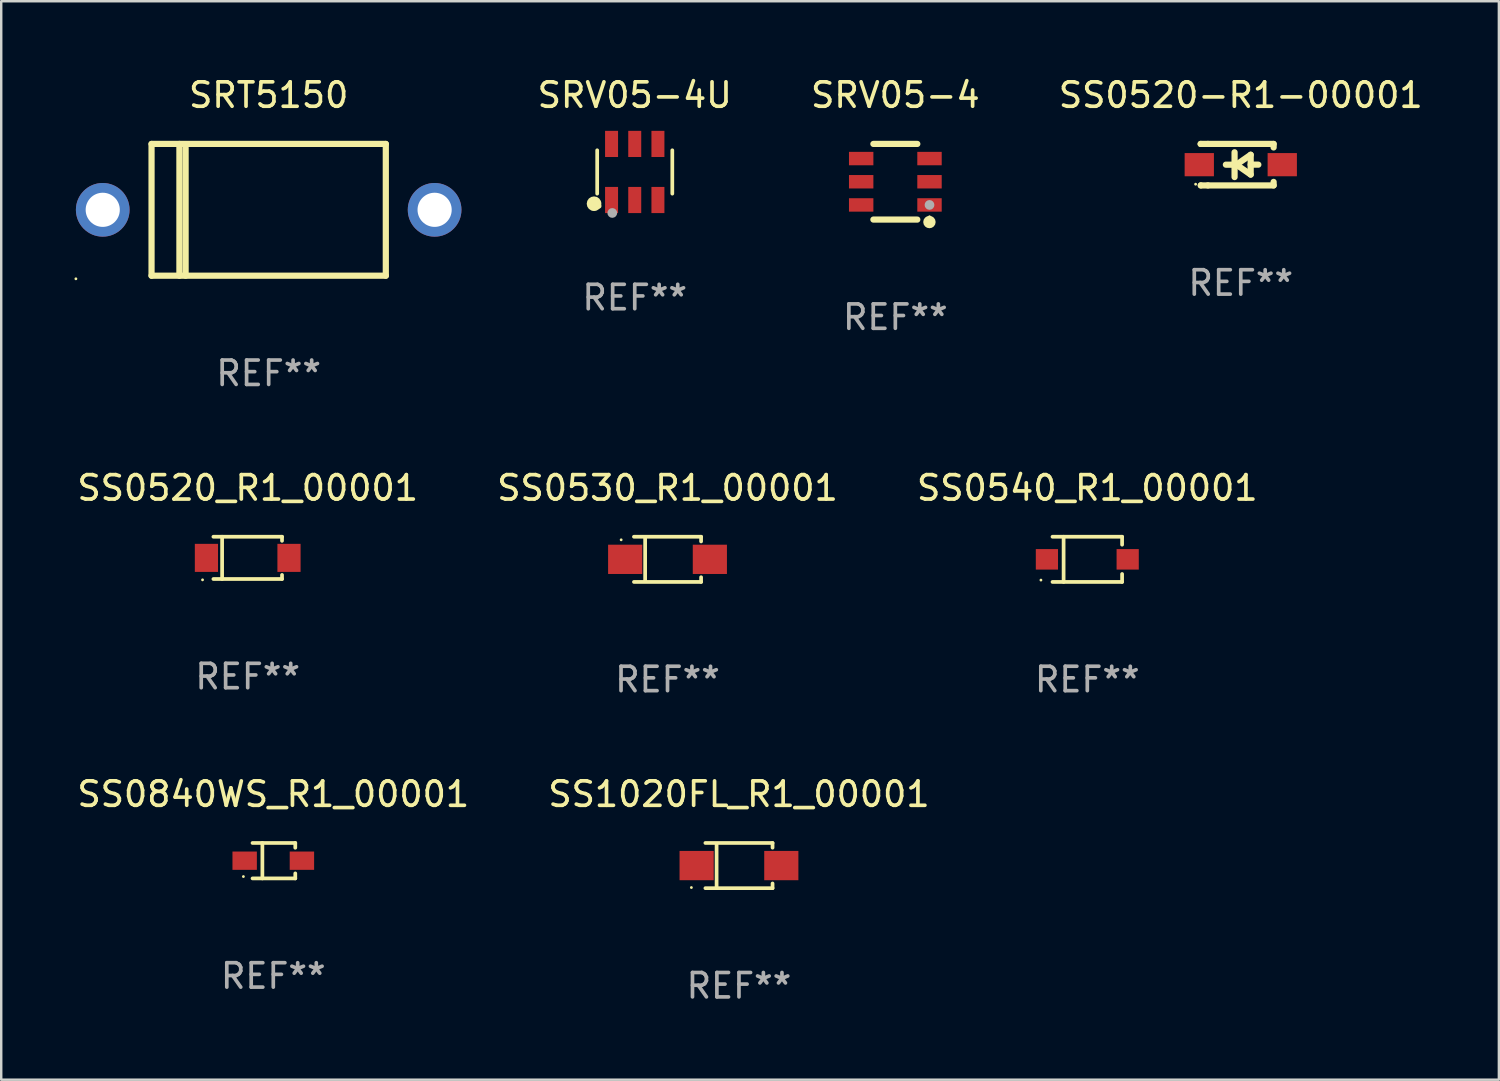
<source format=kicad_pcb>
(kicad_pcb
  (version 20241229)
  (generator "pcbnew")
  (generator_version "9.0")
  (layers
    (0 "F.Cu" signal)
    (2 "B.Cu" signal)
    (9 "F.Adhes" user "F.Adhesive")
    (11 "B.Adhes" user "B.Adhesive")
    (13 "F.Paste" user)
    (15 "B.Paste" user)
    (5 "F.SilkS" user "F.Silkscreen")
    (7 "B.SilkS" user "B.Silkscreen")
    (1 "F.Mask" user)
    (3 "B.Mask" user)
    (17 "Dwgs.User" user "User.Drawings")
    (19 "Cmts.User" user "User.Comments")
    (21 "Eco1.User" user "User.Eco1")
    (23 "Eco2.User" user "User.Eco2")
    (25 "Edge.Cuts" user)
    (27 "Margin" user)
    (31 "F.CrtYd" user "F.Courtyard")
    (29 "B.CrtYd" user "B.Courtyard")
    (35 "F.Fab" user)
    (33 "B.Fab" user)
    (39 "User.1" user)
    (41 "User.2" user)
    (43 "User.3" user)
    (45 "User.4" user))
  (footprint "SS0840WS_R1_00001"
    (layer "F.Cu")
    (at 8.149 32.22)
    (property "Reference" "SS0840WS_R1_00001" (at 0 -2.726 0) (layer "F.SilkS") (effects (font (size 1 1) (thickness 0.15))))
    (attr through_hole)
    (fp_line (start -0.851 -0.726) (end 0.901 -0.726) (stroke (width 0.152) (type solid)) (layer "F.SilkS"))
    (fp_line (start -0.851 0.726) (end 0.901 0.726) (stroke (width 0.152) (type solid)) (layer "F.SilkS"))
    (fp_line (start -0.447 -0.726) (end -0.447 0.726) (stroke (width 0.152) (type solid)) (layer "F.SilkS"))
    (fp_line (start 0.901 -0.726) (end 0.901 -0.53) (stroke (width 0.152) (type solid)) (layer "F.SilkS"))
    (fp_line (start 0.901 0.726) (end 0.901 0.52) (stroke (width 0.152) (type solid)) (layer "F.SilkS"))
    (fp_circle (center -1.225 0.65) (end -1.195 0.65) (stroke (width 0.06) (type solid)) (fill no) (layer "F.SilkS"))
    (fp_text user "REF**" (at 0 4.726 0) (layer "F.Fab") (effects (font (size 1 1) (thickness 0.15))))
    (pad "1" smd rect (at -1.173 0) (size 1 0.75) (layers "F.Cu" "F.Mask" "F.Paste"))
    (pad "2" smd rect (at 1.173 0) (size 1 0.75) (layers "F.Cu" "F.Mask" "F.Paste")))
  (footprint "SS0520_R1_00001"
    (layer "F.Cu")
    (at 7.101 19.811)
    (property "Reference" "SS0520_R1_00001" (at 0 -2.866 0) (layer "F.SilkS") (effects (font (size 1 1) (thickness 0.15))))
    (attr through_hole)
    (fp_line (start -1.406 -0.866) (end 1.406 -0.866) (stroke (width 0.152) (type solid)) (layer "F.SilkS"))
    (fp_line (start -1.406 0.866) (end 1.406 0.866) (stroke (width 0.152) (type solid)) (layer "F.SilkS"))
    (fp_line (start -1.049 -0.866) (end -1.049 0.866) (stroke (width 0.152) (type solid)) (layer "F.SilkS"))
    (fp_line (start 1.406 -0.866) (end 1.406 -0.698) (stroke (width 0.152) (type solid)) (layer "F.SilkS"))
    (fp_line (start 1.406 0.866) (end 1.406 0.698) (stroke (width 0.152) (type solid)) (layer "F.SilkS"))
    (fp_circle (center -1.851 0.9) (end -1.821 0.9) (stroke (width 0.06) (type solid)) (fill no) (layer "F.SilkS"))
    (fp_text user "REF**" (at 0 4.866 0) (layer "F.Fab") (effects (font (size 1 1) (thickness 0.15))))
    (pad "1" smd rect (at -1.692 0) (size 0.95 1.15) (layers "F.Cu" "F.Mask" "F.Paste"))
    (pad "2" smd rect (at 1.692 0) (size 0.95 1.15) (layers "F.Cu" "F.Mask" "F.Paste")))
  (footprint "SS0520-R1-00001"
    (layer "F.Cu")
    (at 47.795 3.698)
    (property "Reference" "SS0520-R1-00001" (at 0 -2.85 0) (layer "F.SilkS") (effects (font (size 1 1) (thickness 0.15))))
    (attr through_hole)
    (fp_line (start -1.643 -0.85) (end -1.644 -0.849) (stroke (width 0.254) (type solid)) (layer "F.SilkS"))
    (fp_line (start -1.638 0.85) (end -1.639 0.849) (stroke (width 0.254) (type solid)) (layer "F.SilkS"))
    (fp_line (start -1.346 -0.85) (end -1.643 -0.85) (stroke (width 0.254) (type solid)) (layer "F.SilkS"))
    (fp_line (start -1.346 -0.85) (end 1.346 -0.85) (stroke (width 0.254) (type solid)) (layer "F.SilkS"))
    (fp_line (start -1.346 0.85) (end -1.638 0.85) (stroke (width 0.254) (type solid)) (layer "F.SilkS"))
    (fp_line (start -0.28 0) (end -0.61 0) (stroke (width 0.254) (type solid)) (layer "F.SilkS"))
    (fp_line (start -0.254 -0.508) (end -0.254 0.508) (stroke (width 0.254) (type solid)) (layer "F.SilkS"))
    (fp_line (start -0.178 0) (end 0.406 -0.406) (stroke (width 0.254) (type solid)) (layer "F.SilkS"))
    (fp_line (start 0.406 -0.406) (end 0.406 0.406) (stroke (width 0.254) (type solid)) (layer "F.SilkS"))
    (fp_line (start 0.406 -0.000254) (end 0.72 -0.000254) (stroke (width 0.254) (type solid)) (layer "F.SilkS"))
    (fp_line (start 0.406 0.406) (end -0.178 0) (stroke (width 0.254) (type solid)) (layer "F.SilkS"))
    (fp_line (start 1.346 -0.85) (end 1.346 -0.706) (stroke (width 0.254) (type solid)) (layer "F.SilkS"))
    (fp_line (start 1.346 0.706) (end 1.346 0.85) (stroke (width 0.254) (type solid)) (layer "F.SilkS"))
    (fp_line (start 1.346 0.85) (end -1.346 0.85) (stroke (width 0.254) (type solid)) (layer "F.SilkS"))
    (fp_circle (center -1.85 0.8) (end -1.82 0.8) (stroke (width 0.06) (type solid)) (fill no) (layer "F.SilkS"))
    (fp_text user "REF**" (at 0 4.85 0) (layer "F.Fab") (effects (font (size 1 1) (thickness 0.15))))
    (pad "1" smd rect (at -1.7 0) (size 1.2 0.95) (layers "F.Cu" "F.Mask" "F.Paste"))
    (pad "2" smd rect (at 1.7 0) (size 1.2 0.95) (layers "F.Cu" "F.Mask" "F.Paste")))
  (footprint "SRV05-4U"
    (layer "F.Cu")
    (at 22.961 3.997)
    (property "Reference" "SRV05-4U" (at 0 -3.149 0) (layer "F.SilkS") (effects (font (size 1 1) (thickness 0.15))))
    (attr through_hole)
    (fp_line (start -1.539 0.889) (end -1.539 -0.889) (stroke (width 0.152) (type solid)) (layer "F.SilkS"))
    (fp_line (start 1.539 0.889) (end 1.539 -0.889) (stroke (width 0.152) (type solid)) (layer "F.SilkS"))
    (fp_circle (center -1.668 1.301) (end -1.518 1.301) (stroke (width 0.3) (type solid)) (fill no) (layer "F.SilkS"))
    (fp_circle (center -1.463 1.4) (end -1.413 1.4) (stroke (width 0.1) (type solid)) (fill no) (layer "F.SilkS"))
    (fp_circle (center -0.92 1.68) (end -0.82 1.68) (stroke (width 0.2) (type solid)) (fill no) (layer "F.Fab"))
    (fp_text user "REF**" (at 0 5.149 0) (layer "F.Fab") (effects (font (size 1 1) (thickness 0.15))))
    (pad "1" smd rect (at -0.95 1.149) (size 0.532 1.072) (layers "F.Cu" "F.Mask" "F.Paste"))
    (pad "2" smd rect (at 0 1.149) (size 0.532 1.072) (layers "F.Cu" "F.Mask" "F.Paste"))
    (pad "3" smd rect (at 0.95 1.149) (size 0.532 1.072) (layers "F.Cu" "F.Mask" "F.Paste"))
    (pad "4" smd rect (at 0.95 -1.149) (size 0.532 1.072) (layers "F.Cu" "F.Mask" "F.Paste"))
    (pad "5" smd rect (at 0 -1.149) (size 0.532 1.072) (layers "F.Cu" "F.Mask" "F.Paste"))
    (pad "6" smd rect (at -0.95 -1.149) (size 0.532 1.072) (layers "F.Cu" "F.Mask" "F.Paste")))
  (footprint "SS1020FL_R1_00001"
    (layer "F.Cu")
    (at 27.232 32.42)
    (property "Reference" "SS1020FL_R1_00001" (at 0 -2.926 0) (layer "F.SilkS") (effects (font (size 1 1) (thickness 0.15))))
    (attr through_hole)
    (fp_line (start -1.376 -0.926) (end 1.376 -0.926) (stroke (width 0.152) (type solid)) (layer "F.SilkS"))
    (fp_line (start -1.376 0.926) (end 1.376 0.926) (stroke (width 0.152) (type solid)) (layer "F.SilkS"))
    (fp_line (start -0.917 -0.876) (end -0.917 0.876) (stroke (width 0.152) (type solid)) (layer "F.SilkS"))
    (fp_line (start 1.376 -0.926) (end 1.376 -0.733) (stroke (width 0.152) (type solid)) (layer "F.SilkS"))
    (fp_line (start 1.376 0.926) (end 1.376 0.733) (stroke (width 0.152) (type solid)) (layer "F.SilkS"))
    (fp_circle (center -1.95 0.9) (end -1.92 0.9) (stroke (width 0.06) (type solid)) (fill no) (layer "F.SilkS"))
    (fp_text user "REF**" (at 0 4.926 0) (layer "F.Fab") (effects (font (size 1 1) (thickness 0.15))))
    (pad "1" smd rect (at -1.735 0) (size 1.4 1.2) (layers "F.Cu" "F.Mask" "F.Paste"))
    (pad "2" smd rect (at 1.735 0) (size 1.4 1.2) (layers "F.Cu" "F.Mask" "F.Paste")))
  (footprint "SRV05-4"
    (layer "F.Cu")
    (at 33.64 4.398)
    (property "Reference" "SRV05-4" (at 0 -3.55 0) (layer "F.SilkS") (effects (font (size 1 1) (thickness 0.15))))
    (attr through_hole)
    (fp_line (start -0.9 -1.55) (end 0.9 -1.55) (stroke (width 0.254) (type solid)) (layer "F.SilkS"))
    (fp_line (start -0.9 1.55) (end 0.9 1.55) (stroke (width 0.254) (type solid)) (layer "F.SilkS"))
    (fp_circle (center 1.397 1.651) (end 1.524 1.651) (stroke (width 0.254) (type solid)) (fill no) (layer "F.SilkS"))
    (fp_circle (center 1.4 1.435) (end 1.43 1.435) (stroke (width 0.06) (type solid)) (fill no) (layer "F.SilkS"))
    (fp_circle (center 1.4 0.95) (end 1.5 0.95) (stroke (width 0.2) (type solid)) (fill no) (layer "F.Fab"))
    (fp_text user "REF**" (at 0 5.55 0) (layer "F.Fab") (effects (font (size 1 1) (thickness 0.15))))
    (pad "1" smd rect (at 1.4 0.95) (size 1 0.55) (layers "F.Cu" "F.Mask" "F.Paste"))
    (pad "2" smd rect (at 1.4 -0.000102) (size 1 0.55) (layers "F.Cu" "F.Mask" "F.Paste"))
    (pad "3" smd rect (at 1.4 -0.95) (size 1 0.55) (layers "F.Cu" "F.Mask" "F.Paste"))
    (pad "4" smd rect (at -1.4 -0.95) (size 1 0.55) (layers "F.Cu" "F.Mask" "F.Paste"))
    (pad "5" smd rect (at -1.4 -0.000102) (size 1 0.55) (layers "F.Cu" "F.Mask" "F.Paste"))
    (pad "6" smd rect (at -1.4 0.95) (size 1 0.55) (layers "F.Cu" "F.Mask" "F.Paste")))
  (footprint "SRT5150"
    (layer "F.Cu")
    (at 7.96 5.548)
    (property "Reference" "SRT5150" (at 0 -4.7 0) (layer "F.SilkS") (effects (font (size 1 1) (thickness 0.15))))
    (attr through_hole)
    (fp_line (start -4.8 -2.7) (end 4.8 -2.7) (stroke (width 0.254) (type solid)) (layer "F.SilkS"))
    (fp_line (start -4.8 2.7) (end -4.8 -2.7) (stroke (width 0.254) (type solid)) (layer "F.SilkS"))
    (fp_line (start -3.658 2.7) (end -3.658 -2.7) (stroke (width 0.254) (type solid)) (layer "F.SilkS"))
    (fp_line (start -3.404 2.7) (end -3.404 -2.54) (stroke (width 0.254) (type solid)) (layer "F.SilkS"))
    (fp_line (start 4.8 2.7) (end -4.8 2.7) (stroke (width 0.254) (type solid)) (layer "F.SilkS"))
    (fp_line (start 4.8 2.7) (end 4.8 -2.7) (stroke (width 0.254) (type solid)) (layer "F.SilkS"))
    (fp_circle (center -7.9 2.827) (end -7.87 2.827) (stroke (width 0.06) (type solid)) (fill no) (layer "F.SilkS"))
    (fp_text user "REF**" (at 0 6.7 0) (layer "F.Fab") (effects (font (size 1 1) (thickness 0.15))))
    (pad "1" thru_hole circle (at -6.8 0) (size 2.2 2.2) (drill 1.4) (layers "*.Cu" "*.Mask"))
    (pad "2" thru_hole circle (at 6.8 0) (size 2.2 2.2) (drill 1.4) (layers "*.Cu" "*.Mask")))
  (footprint "SS0540_R1_00001"
    (layer "F.Cu")
    (at 41.506 19.871)
    (property "Reference" "SS0540_R1_00001" (at 0 -2.926 0) (layer "F.SilkS") (effects (font (size 1 1) (thickness 0.15))))
    (attr through_hole)
    (fp_line (start -1.426 0.926) (end 1.426 0.926) (stroke (width 0.152) (type solid)) (layer "F.SilkS"))
    (fp_line (start -1.426 -0.926) (end 1.426 -0.926) (stroke (width 0.152) (type solid)) (layer "F.SilkS"))
    (fp_line (start -0.971 0.926) (end -0.971 -0.926) (stroke (width 0.152) (type solid)) (layer "F.SilkS"))
    (fp_line (start 1.426 -0.926) (end 1.426 -0.6) (stroke (width 0.152) (type solid)) (layer "F.SilkS"))
    (fp_line (start 1.426 0.6) (end 1.426 0.926) (stroke (width 0.152) (type solid)) (layer "F.SilkS"))
    (fp_circle (center -1.9 0.85) (end -1.87 0.85) (stroke (width 0.06) (type solid)) (fill no) (layer "F.SilkS"))
    (fp_text user "REF**" (at 0 4.926 0) (layer "F.Fab") (effects (font (size 1 1) (thickness 0.15))))
    (pad "1" smd rect (at -1.655 -0.000064) (size 0.91 0.84) (layers "F.Cu" "F.Mask" "F.Paste"))
    (pad "2" smd rect (at 1.655 -0.000064) (size 0.91 0.84) (layers "F.Cu" "F.Mask" "F.Paste")))
  (footprint "SS0530_R1_00001"
    (layer "F.Cu")
    (at 24.304 19.871)
    (property "Reference" "SS0530_R1_00001" (at 0 -2.926 0) (layer "F.SilkS") (effects (font (size 1 1) (thickness 0.15))))
    (attr through_hole)
    (fp_line (start -1.376 -0.926) (end 1.376 -0.926) (stroke (width 0.152) (type solid)) (layer "F.SilkS"))
    (fp_line (start -1.376 0.926) (end 1.376 0.926) (stroke (width 0.152) (type solid)) (layer "F.SilkS"))
    (fp_line (start -0.917 -0.876) (end -0.917 0.876) (stroke (width 0.152) (type solid)) (layer "F.SilkS"))
    (fp_line (start 1.376 -0.926) (end 1.376 -0.733) (stroke (width 0.152) (type solid)) (layer "F.SilkS"))
    (fp_line (start 1.376 0.926) (end 1.376 0.733) (stroke (width 0.152) (type solid)) (layer "F.SilkS"))
    (fp_circle (center -1.9 -0.8) (end -1.87 -0.8) (stroke (width 0.06) (type solid)) (fill no) (layer "F.SilkS"))
    (fp_text user "REF**" (at 0 4.926 0) (layer "F.Fab") (effects (font (size 1 1) (thickness 0.15))))
    (pad "1" smd rect (at -1.735 -0.000102) (size 1.4 1.2) (layers "F.Cu" "F.Mask" "F.Paste"))
    (pad "2" smd rect (at 1.735 -0.000102) (size 1.4 1.2) (layers "F.Cu" "F.Mask" "F.Paste")))
  (gr_rect
    (start -3 -3)
    (end 58.372 41.195)
    (stroke (width 0.1) (type default))
    (fill no)
    (layer "Edge.Cuts")))
</source>
